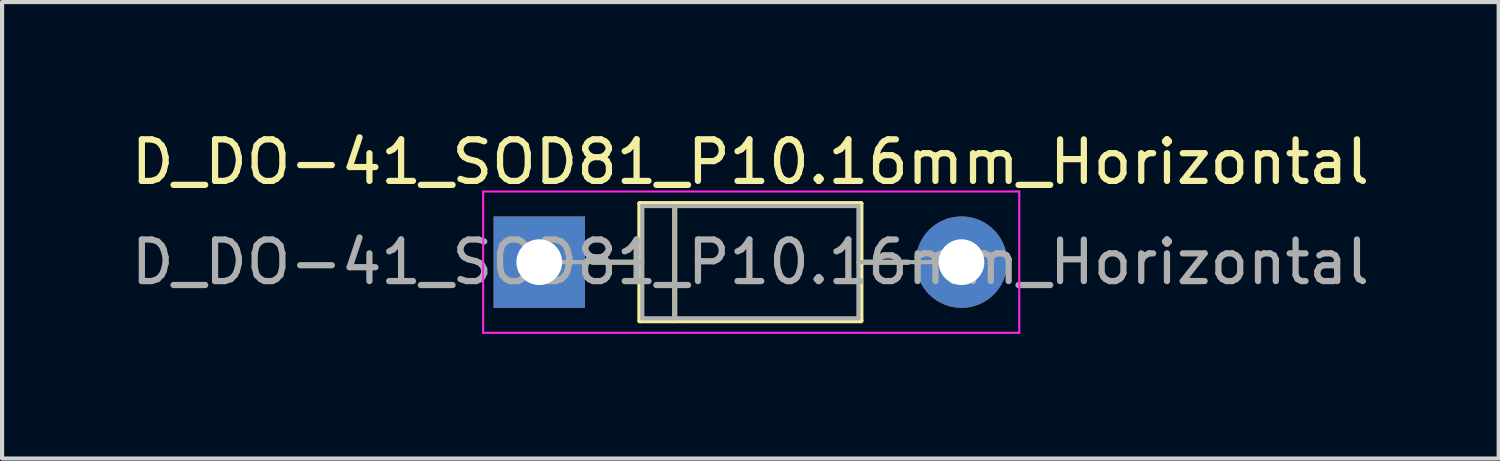
<source format=kicad_pcb>
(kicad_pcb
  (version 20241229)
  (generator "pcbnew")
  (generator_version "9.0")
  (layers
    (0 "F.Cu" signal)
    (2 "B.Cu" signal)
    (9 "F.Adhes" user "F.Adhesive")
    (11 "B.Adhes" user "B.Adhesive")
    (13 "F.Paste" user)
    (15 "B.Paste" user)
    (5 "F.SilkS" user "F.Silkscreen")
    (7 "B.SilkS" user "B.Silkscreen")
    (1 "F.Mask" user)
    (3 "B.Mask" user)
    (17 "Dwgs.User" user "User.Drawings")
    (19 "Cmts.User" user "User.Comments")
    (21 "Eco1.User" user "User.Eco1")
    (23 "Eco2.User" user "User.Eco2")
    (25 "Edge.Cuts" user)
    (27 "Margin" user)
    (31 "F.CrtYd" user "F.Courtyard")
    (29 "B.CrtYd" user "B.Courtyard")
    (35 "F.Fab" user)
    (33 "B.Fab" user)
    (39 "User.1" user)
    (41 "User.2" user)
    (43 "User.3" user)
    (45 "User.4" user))
  (footprint "D_DO-41_SOD81_P10.16mm_Horizontal"
    (layer "F.Cu")
    (at 9.926 3.258)
    (property "Reference" "D_DO-41_SOD81_P10.16mm_Horizontal" (at 5.08 -2.41 0) (layer "F.SilkS") (effects (font (size 1 1) (thickness 0.15))))
    (attr through_hole)
    (fp_line (start 1.28 0) (end 2.42 0) (stroke (width 0.12) (type solid)) (layer "F.SilkS"))
    (fp_line (start 2.42 -1.41) (end 2.42 1.41) (stroke (width 0.12) (type solid)) (layer "F.SilkS"))
    (fp_line (start 2.42 1.41) (end 7.74 1.41) (stroke (width 0.12) (type solid)) (layer "F.SilkS"))
    (fp_line (start 3.26 -1.41) (end 3.26 1.41) (stroke (width 0.12) (type solid)) (layer "F.SilkS"))
    (fp_line (start 7.74 -1.41) (end 2.42 -1.41) (stroke (width 0.12) (type solid)) (layer "F.SilkS"))
    (fp_line (start 7.74 1.41) (end 7.74 -1.41) (stroke (width 0.12) (type solid)) (layer "F.SilkS"))
    (fp_line (start 8.88 0) (end 7.74 0) (stroke (width 0.12) (type solid)) (layer "F.SilkS"))
    (fp_line (start -1.35 -1.7) (end -1.35 1.7) (stroke (width 0.05) (type solid)) (layer "F.CrtYd"))
    (fp_line (start -1.35 1.7) (end 11.55 1.7) (stroke (width 0.05) (type solid)) (layer "F.CrtYd"))
    (fp_line (start 11.55 -1.7) (end -1.35 -1.7) (stroke (width 0.05) (type solid)) (layer "F.CrtYd"))
    (fp_line (start 11.55 1.7) (end 11.55 -1.7) (stroke (width 0.05) (type solid)) (layer "F.CrtYd"))
    (fp_line (start 0 0) (end 2.48 0) (stroke (width 0.1) (type solid)) (layer "F.Fab"))
    (fp_line (start 2.48 -1.35) (end 2.48 1.35) (stroke (width 0.1) (type solid)) (layer "F.Fab"))
    (fp_line (start 2.48 1.35) (end 7.68 1.35) (stroke (width 0.1) (type solid)) (layer "F.Fab"))
    (fp_line (start 3.26 -1.35) (end 3.26 1.35) (stroke (width 0.1) (type solid)) (layer "F.Fab"))
    (fp_line (start 7.68 -1.35) (end 2.48 -1.35) (stroke (width 0.1) (type solid)) (layer "F.Fab"))
    (fp_line (start 7.68 1.35) (end 7.68 -1.35) (stroke (width 0.1) (type solid)) (layer "F.Fab"))
    (fp_line (start 10.16 0) (end 7.68 0) (stroke (width 0.1) (type solid)) (layer "F.Fab"))
    (fp_text user "${REFERENCE}" (at 5.08 0 0) (layer "F.Fab") (effects (font (size 1 1) (thickness 0.15))))
    (pad "1" thru_hole rect (at 0 0) (size 2.2 2.2) (drill 1.1) (layers "*.Cu" "*.Mask"))
    (pad "2" thru_hole oval (at 10.16 0) (size 2.2 2.2) (drill 1.1) (layers "*.Cu" "*.Mask")))
  (gr_rect
    (start -3 -3)
    (end 33.012 7.983)
    (stroke (width 0.1) (type default))
    (fill no)
    (layer "Edge.Cuts")))
</source>
